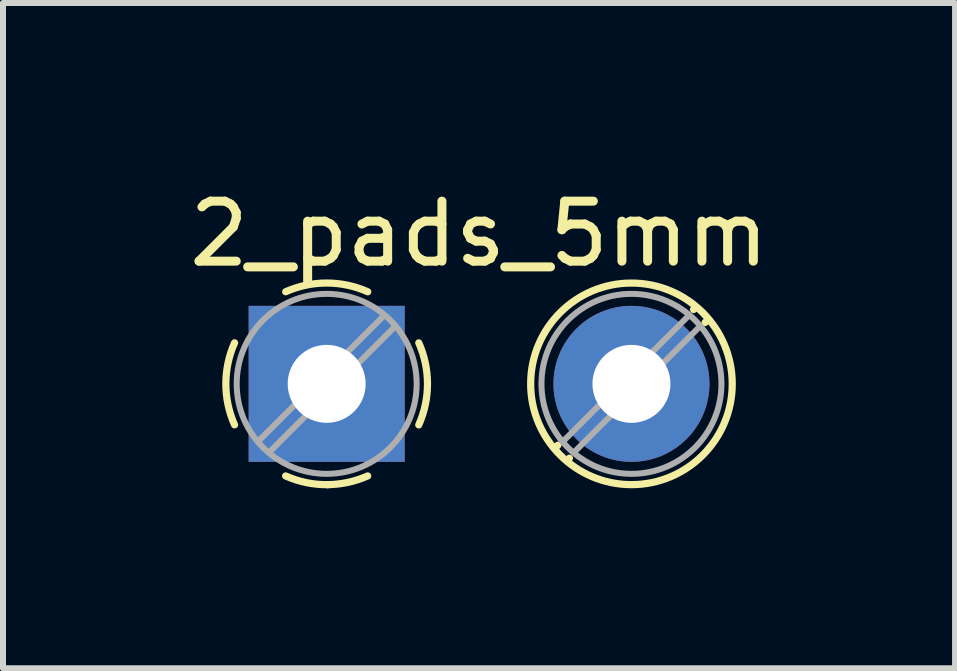
<source format=kicad_pcb>
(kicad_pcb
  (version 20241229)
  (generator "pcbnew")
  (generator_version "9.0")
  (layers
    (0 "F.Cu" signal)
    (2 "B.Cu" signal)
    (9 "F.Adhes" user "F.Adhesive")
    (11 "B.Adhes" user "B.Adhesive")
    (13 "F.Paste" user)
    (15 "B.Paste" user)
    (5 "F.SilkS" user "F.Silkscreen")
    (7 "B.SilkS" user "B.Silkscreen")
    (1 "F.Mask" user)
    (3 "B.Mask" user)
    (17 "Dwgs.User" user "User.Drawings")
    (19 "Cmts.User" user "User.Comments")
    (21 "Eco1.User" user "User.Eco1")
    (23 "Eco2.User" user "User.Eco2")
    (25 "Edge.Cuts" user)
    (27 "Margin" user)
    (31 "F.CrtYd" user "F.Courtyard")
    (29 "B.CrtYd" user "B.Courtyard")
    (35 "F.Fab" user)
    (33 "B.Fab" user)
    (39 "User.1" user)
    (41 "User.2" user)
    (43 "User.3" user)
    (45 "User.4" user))
  (footprint "2_pads_5mm"
    (layer "F.Cu")
    (at 2.395 3.348)
    (property "Reference" "2_pads_5mm" (at 2.54 -2.5 0) (layer "F.SilkS") (effects (font (size 1 1) (thickness 0.15))))
    (attr through_hole)
    (fp_line (start 3.853 1.023) (end 3.806 1.069) (stroke (width 0.12) (type solid)) (layer "F.SilkS"))
    (fp_line (start 4.046 1.239) (end 4.011 1.274) (stroke (width 0.12) (type solid)) (layer "F.SilkS"))
    (fp_line (start 6.15 -1.275) (end 6.115 -1.239) (stroke (width 0.12) (type solid)) (layer "F.SilkS"))
    (fp_line (start 6.355 -1.069) (end 6.308 -1.023) (stroke (width 0.12) (type solid)) (layer "F.SilkS"))
    (fp_arc (start -1.535427 0.683042) (mid -1.680501 -0.000524) (end -1.535 -0.684) (stroke (width 0.12) (type solid)) (layer "F.SilkS"))
    (fp_arc (start -0.683042 -1.535427) (mid 0.000524 -1.680501) (end 0.684 -1.535) (stroke (width 0.12) (type solid)) (layer "F.SilkS"))
    (fp_arc (start 0.028805 1.680253) (mid -0.335551 1.646659) (end -0.684 1.535) (stroke (width 0.12) (type solid)) (layer "F.SilkS"))
    (fp_arc (start 0.683318 1.534756) (mid 0.349292 1.643288) (end 0 1.68) (stroke (width 0.12) (type solid)) (layer "F.SilkS"))
    (fp_arc (start 1.535427 -0.683042) (mid 1.680501 0.000524) (end 1.535 0.684) (stroke (width 0.12) (type solid)) (layer "F.SilkS"))
    (fp_circle (center 5.08 0) (end 6.76 0) (stroke (width 0.12) (type solid)) (fill no) (layer "F.SilkS"))
    (fp_line (start 0.955 -1.138) (end -1.138 0.955) (stroke (width 0.1) (type solid)) (layer "F.Fab"))
    (fp_line (start 1.138 -0.955) (end -0.955 1.138) (stroke (width 0.1) (type solid)) (layer "F.Fab"))
    (fp_line (start 6.035 -1.138) (end 3.943 0.955) (stroke (width 0.1) (type solid)) (layer "F.Fab"))
    (fp_line (start 6.218 -0.955) (end 4.126 1.138) (stroke (width 0.1) (type solid)) (layer "F.Fab"))
    (fp_circle (center 0 0) (end 1.5 0) (stroke (width 0.1) (type solid)) (fill no) (layer "F.Fab"))
    (fp_circle (center 5.08 0) (end 6.58 0) (stroke (width 0.1) (type solid)) (fill no) (layer "F.Fab"))
    (pad "1" thru_hole rect (at 0 0) (size 2.6 2.6) (drill 1.3) (layers "*.Cu" "*.Mask"))
    (pad "2" thru_hole circle (at 5.08 0) (size 2.6 2.6) (drill 1.3) (layers "*.Cu" "*.Mask")))
  (gr_rect
    (start -3 -3)
    (end 12.869 8.089)
    (stroke (width 0.1) (type default))
    (fill no)
    (layer "Edge.Cuts")))
</source>
